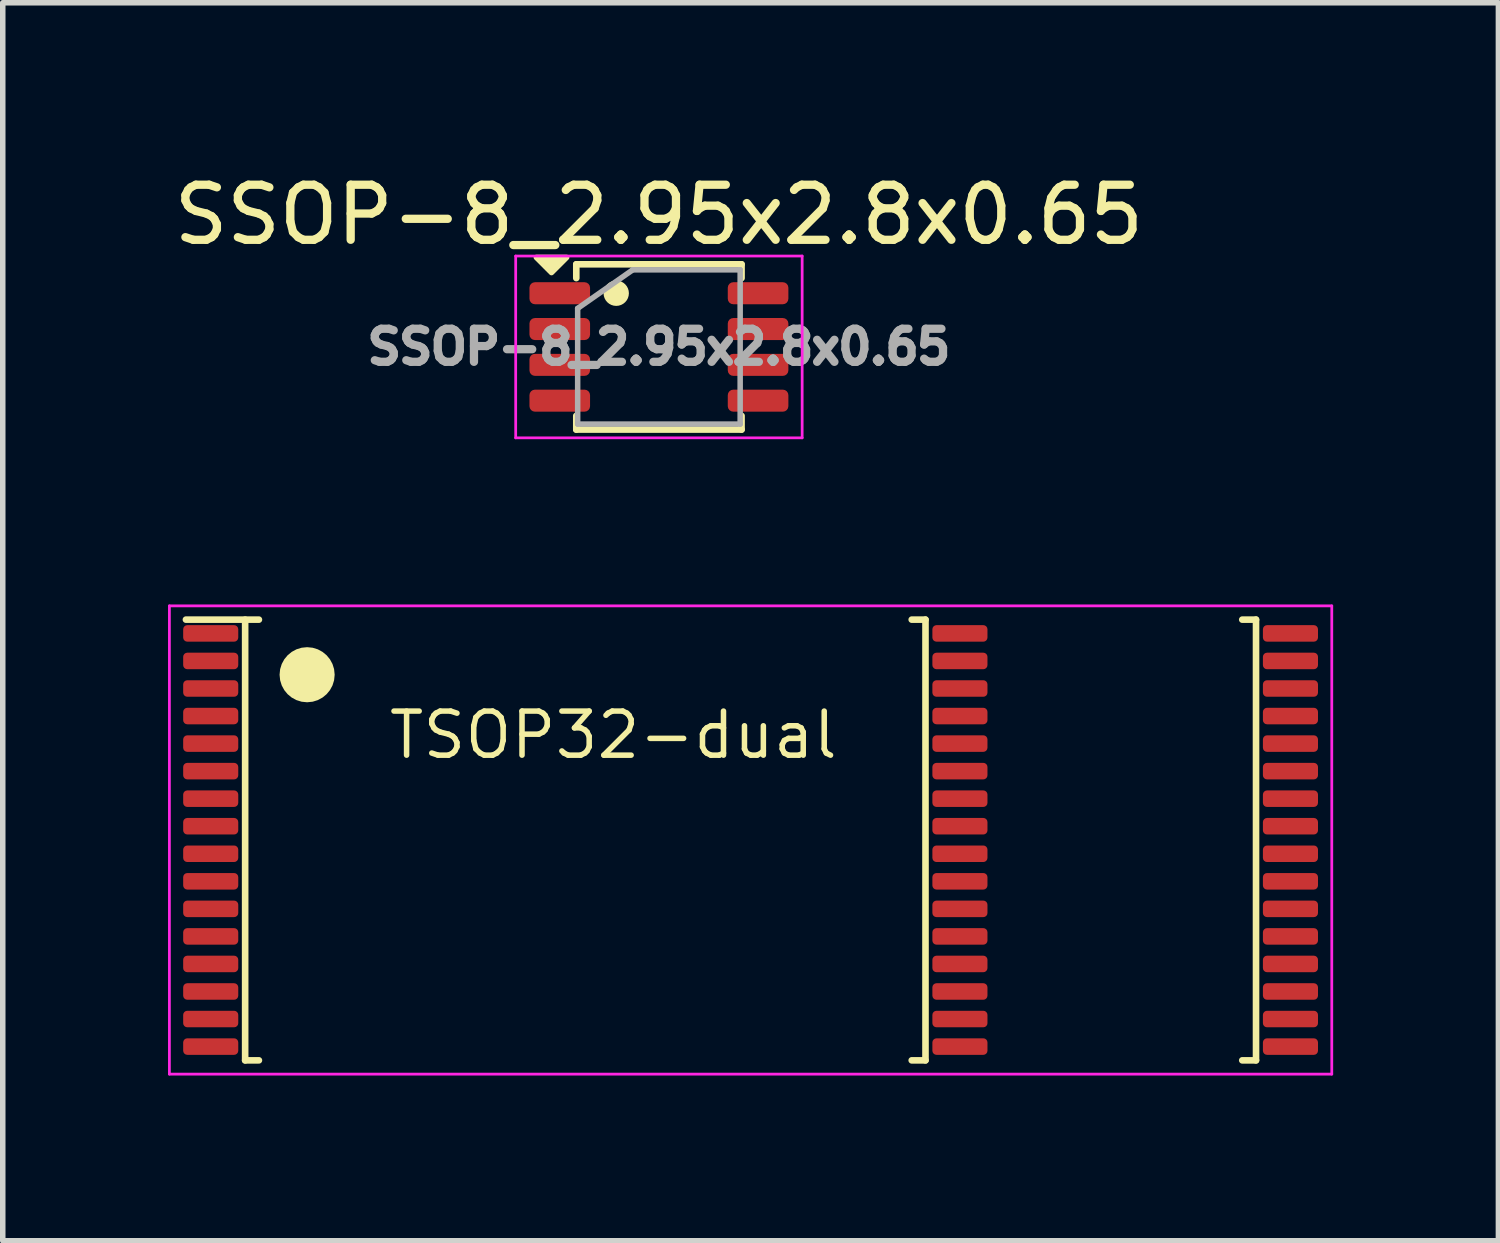
<source format=kicad_pcb>
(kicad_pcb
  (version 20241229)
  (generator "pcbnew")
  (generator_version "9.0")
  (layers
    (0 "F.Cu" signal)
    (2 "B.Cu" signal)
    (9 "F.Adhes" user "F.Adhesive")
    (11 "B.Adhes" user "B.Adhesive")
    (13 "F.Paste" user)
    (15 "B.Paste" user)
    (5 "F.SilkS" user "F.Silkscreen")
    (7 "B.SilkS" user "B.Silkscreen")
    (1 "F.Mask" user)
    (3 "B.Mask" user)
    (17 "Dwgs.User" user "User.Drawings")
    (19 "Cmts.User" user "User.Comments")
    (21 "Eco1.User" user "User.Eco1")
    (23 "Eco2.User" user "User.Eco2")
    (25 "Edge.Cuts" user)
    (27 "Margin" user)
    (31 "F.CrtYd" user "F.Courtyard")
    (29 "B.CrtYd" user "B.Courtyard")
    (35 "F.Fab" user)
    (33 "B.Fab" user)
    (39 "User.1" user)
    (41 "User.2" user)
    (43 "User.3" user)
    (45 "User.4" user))
  (footprint "SSOP-8_2.95x2.8x0.65"
    (layer "F.Cu")
    (at 8.911 3.248)
    (property "Reference" "SSOP-8_2.95x2.8x0.65" (at 0 -2.4 0) (layer "F.SilkS") (effects (font (size 1 1) (thickness 0.15))))
    (attr smd)
    (fp_line (start -1.5 -1.25) (end -1.5 -1.5) (stroke (width 0.12) (type solid)) (layer "F.SilkS"))
    (fp_line (start -1.5 1.5) (end -1.5 1.25) (stroke (width 0.12) (type solid)) (layer "F.SilkS"))
    (fp_line (start 1.5 -1.5) (end -1.5 -1.5) (stroke (width 0.12) (type solid)) (layer "F.SilkS"))
    (fp_line (start 1.5 -1.25) (end 1.5 -1.5) (stroke (width 0.12) (type solid)) (layer "F.SilkS"))
    (fp_line (start 1.5 1.5) (end -1.5 1.5) (stroke (width 0.12) (type solid)) (layer "F.SilkS"))
    (fp_line (start 1.5 1.5) (end 1.5 1.25) (stroke (width 0.12) (type solid)) (layer "F.SilkS"))
    (fp_circle (center -0.775 -0.975) (end -0.595 -0.975) (stroke (width 0.1) (type solid)) (fill yes) (layer "F.SilkS"))
    (fp_poly (pts (xy -2.225 -1.625) (xy -1.95 -1.35) (xy -1.675 -1.625)) (stroke (width 0.1) (type solid)) (fill yes) (layer "F.SilkS"))
    (fp_line (start -2.6 -1.65) (end 2.6 -1.65) (stroke (width 0.05) (type solid)) (layer "F.CrtYd"))
    (fp_line (start -2.6 1.65) (end -2.6 -1.65) (stroke (width 0.05) (type solid)) (layer "F.CrtYd"))
    (fp_line (start 2.6 -1.65) (end 2.6 1.65) (stroke (width 0.05) (type solid)) (layer "F.CrtYd"))
    (fp_line (start 2.6 1.65) (end -2.6 1.65) (stroke (width 0.05) (type solid)) (layer "F.CrtYd"))
    (fp_line (start -1.475 1.4) (end -1.475 -0.7) (stroke (width 0.1) (type solid)) (layer "F.Fab"))
    (fp_line (start -0.475 -1.4) (end -1.475 -0.7) (stroke (width 0.1) (type solid)) (layer "F.Fab"))
    (fp_line (start -0.475 -1.4) (end 1.475 -1.4) (stroke (width 0.1) (type solid)) (layer "F.Fab"))
    (fp_line (start 1.475 -1.4) (end 1.475 1.4) (stroke (width 0.1) (type solid)) (layer "F.Fab"))
    (fp_line (start 1.475 1.4) (end -1.475 1.4) (stroke (width 0.1) (type solid)) (layer "F.Fab"))
    (fp_text user "${REFERENCE}" (at 0 0 0) (layer "F.Fab") (effects (font (size 0.6 0.6) (thickness 0.15))))
    (pad "1" smd roundrect (at -1.8 -0.975 270) (size 0.4 1.1) (layers "F.Cu" "F.Mask" "F.Paste") (roundrect_rratio 0.25))
    (pad "2" smd roundrect (at -1.8 -0.325 270) (size 0.4 1.1) (layers "F.Cu" "F.Mask" "F.Paste") (roundrect_rratio 0.25))
    (pad "3" smd roundrect (at -1.8 0.325 270) (size 0.4 1.1) (layers "F.Cu" "F.Mask" "F.Paste") (roundrect_rratio 0.25))
    (pad "4" smd roundrect (at -1.8 0.975 270) (size 0.4 1.1) (layers "F.Cu" "F.Mask" "F.Paste") (roundrect_rratio 0.25))
    (pad "5" smd roundrect (at 1.8 0.975 270) (size 0.4 1.1) (layers "F.Cu" "F.Mask" "F.Paste") (roundrect_rratio 0.25))
    (pad "6" smd roundrect (at 1.8 0.325 270) (size 0.4 1.1) (layers "F.Cu" "F.Mask" "F.Paste") (roundrect_rratio 0.25))
    (pad "7" smd roundrect (at 1.8 -0.325 270) (size 0.4 1.1) (layers "F.Cu" "F.Mask" "F.Paste") (roundrect_rratio 0.25))
    (pad "8" smd roundrect (at 1.8 -0.975 270) (size 0.4 1.1) (layers "F.Cu" "F.Mask" "F.Paste") (roundrect_rratio 0.25)))
  (footprint "TSOP32-dual"
    (layer "F.Cu")
    (at 10.575 12.198)
    (property "Reference" "TSOP32-dual" (at -2.492 -1.905 0) (layer "F.SilkS") (effects (font (size 0.8 0.8) (thickness 0.1))))
    (attr smd)
    (fp_line (start -10.25 -4) (end -8.925 -4) (stroke (width 0.12) (type solid)) (layer "F.SilkS"))
    (fp_line (start -9.175 -4) (end -9.175 4) (stroke (width 0.12) (type solid)) (layer "F.SilkS"))
    (fp_line (start -9.175 4) (end -8.925 4) (stroke (width 0.12) (type solid)) (layer "F.SilkS"))
    (fp_line (start 3.175 -4) (end 2.925 -4) (stroke (width 0.12) (type solid)) (layer "F.SilkS"))
    (fp_line (start 3.175 4) (end 2.925 4) (stroke (width 0.12) (type solid)) (layer "F.SilkS"))
    (fp_line (start 3.175 4) (end 3.175 -4) (stroke (width 0.12) (type solid)) (layer "F.SilkS"))
    (fp_line (start 9.175 -4) (end 8.925 -4) (stroke (width 0.12) (type solid)) (layer "F.SilkS"))
    (fp_line (start 9.175 4) (end 8.925 4) (stroke (width 0.12) (type solid)) (layer "F.SilkS"))
    (fp_line (start 9.175 4) (end 9.175 -4) (stroke (width 0.12) (type solid)) (layer "F.SilkS"))
    (fp_circle (center -8.05 -3) (end -8.05 -2.75) (stroke (width 0.5) (type solid)) (fill no) (layer "F.SilkS"))
    (fp_line (start -10.55 -4.25) (end -10.55 4.25) (stroke (width 0.05) (type solid)) (layer "F.CrtYd"))
    (fp_line (start -10.55 4.25) (end 10.55 4.25) (stroke (width 0.05) (type solid)) (layer "F.CrtYd"))
    (fp_line (start 10.55 -4.25) (end -10.55 -4.25) (stroke (width 0.05) (type solid)) (layer "F.CrtYd"))
    (fp_line (start 10.55 4.25) (end 10.55 -4.25) (stroke (width 0.05) (type solid)) (layer "F.CrtYd"))
    (pad "1" smd roundrect (at -9.8 -3.75 270) (size 0.3 1) (layers "F.Cu" "F.Mask" "F.Paste") (roundrect_rratio 0.25))
    (pad "2" smd roundrect (at -9.8 -3.25 270) (size 0.3 1) (layers "F.Cu" "F.Mask" "F.Paste") (roundrect_rratio 0.25))
    (pad "3" smd roundrect (at -9.8 -2.75 270) (size 0.3 1) (layers "F.Cu" "F.Mask" "F.Paste") (roundrect_rratio 0.25))
    (pad "4" smd roundrect (at -9.8 -2.25 270) (size 0.3 1) (layers "F.Cu" "F.Mask" "F.Paste") (roundrect_rratio 0.25))
    (pad "5" smd roundrect (at -9.8 -1.75 270) (size 0.3 1) (layers "F.Cu" "F.Mask" "F.Paste") (roundrect_rratio 0.25))
    (pad "6" smd roundrect (at -9.8 -1.25 270) (size 0.3 1) (layers "F.Cu" "F.Mask" "F.Paste") (roundrect_rratio 0.25))
    (pad "7" smd roundrect (at -9.8 -0.75 270) (size 0.3 1) (layers "F.Cu" "F.Mask" "F.Paste") (roundrect_rratio 0.25))
    (pad "8" smd roundrect (at -9.8 -0.25 270) (size 0.3 1) (layers "F.Cu" "F.Mask" "F.Paste") (roundrect_rratio 0.25))
    (pad "9" smd roundrect (at -9.8 0.25 270) (size 0.3 1) (layers "F.Cu" "F.Mask" "F.Paste") (roundrect_rratio 0.25))
    (pad "10" smd roundrect (at -9.8 0.75 270) (size 0.3 1) (layers "F.Cu" "F.Mask" "F.Paste") (roundrect_rratio 0.25))
    (pad "11" smd roundrect (at -9.8 1.25 270) (size 0.3 1) (layers "F.Cu" "F.Mask" "F.Paste") (roundrect_rratio 0.25))
    (pad "12" smd roundrect (at -9.8 1.75 270) (size 0.3 1) (layers "F.Cu" "F.Mask" "F.Paste") (roundrect_rratio 0.25))
    (pad "13" smd roundrect (at -9.8 2.25 270) (size 0.3 1) (layers "F.Cu" "F.Mask" "F.Paste") (roundrect_rratio 0.25))
    (pad "14" smd roundrect (at -9.8 2.75 270) (size 0.3 1) (layers "F.Cu" "F.Mask" "F.Paste") (roundrect_rratio 0.25))
    (pad "15" smd roundrect (at -9.8 3.25 270) (size 0.3 1) (layers "F.Cu" "F.Mask" "F.Paste") (roundrect_rratio 0.25))
    (pad "16" smd roundrect (at -9.8 3.75 270) (size 0.3 1) (layers "F.Cu" "F.Mask" "F.Paste") (roundrect_rratio 0.25))
    (pad "17" smd roundrect (at 3.8 3.75 270) (size 0.3 1) (layers "F.Cu" "F.Mask" "F.Paste") (roundrect_rratio 0.25))
    (pad "17" smd roundrect (at 9.8 3.75 270) (size 0.3 1) (layers "F.Cu" "F.Mask" "F.Paste") (roundrect_rratio 0.25))
    (pad "18" smd roundrect (at 3.8 3.25 270) (size 0.3 1) (layers "F.Cu" "F.Mask" "F.Paste") (roundrect_rratio 0.25))
    (pad "18" smd roundrect (at 9.8 3.25 270) (size 0.3 1) (layers "F.Cu" "F.Mask" "F.Paste") (roundrect_rratio 0.25))
    (pad "19" smd roundrect (at 3.8 2.75 270) (size 0.3 1) (layers "F.Cu" "F.Mask" "F.Paste") (roundrect_rratio 0.25))
    (pad "19" smd roundrect (at 9.8 2.75 270) (size 0.3 1) (layers "F.Cu" "F.Mask" "F.Paste") (roundrect_rratio 0.25))
    (pad "20" smd roundrect (at 3.8 2.25 270) (size 0.3 1) (layers "F.Cu" "F.Mask" "F.Paste") (roundrect_rratio 0.25))
    (pad "20" smd roundrect (at 9.8 2.25 270) (size 0.3 1) (layers "F.Cu" "F.Mask" "F.Paste") (roundrect_rratio 0.25))
    (pad "21" smd roundrect (at 3.8 1.75 270) (size 0.3 1) (layers "F.Cu" "F.Mask" "F.Paste") (roundrect_rratio 0.25))
    (pad "21" smd roundrect (at 9.8 1.75 270) (size 0.3 1) (layers "F.Cu" "F.Mask" "F.Paste") (roundrect_rratio 0.25))
    (pad "22" smd roundrect (at 3.8 1.25 270) (size 0.3 1) (layers "F.Cu" "F.Mask" "F.Paste") (roundrect_rratio 0.25))
    (pad "22" smd roundrect (at 9.8 1.25 270) (size 0.3 1) (layers "F.Cu" "F.Mask" "F.Paste") (roundrect_rratio 0.25))
    (pad "23" smd roundrect (at 3.8 0.75 270) (size 0.3 1) (layers "F.Cu" "F.Mask" "F.Paste") (roundrect_rratio 0.25))
    (pad "23" smd roundrect (at 9.8 0.75 270) (size 0.3 1) (layers "F.Cu" "F.Mask" "F.Paste") (roundrect_rratio 0.25))
    (pad "24" smd roundrect (at 3.8 0.25 270) (size 0.3 1) (layers "F.Cu" "F.Mask" "F.Paste") (roundrect_rratio 0.25))
    (pad "24" smd roundrect (at 9.8 0.25 270) (size 0.3 1) (layers "F.Cu" "F.Mask" "F.Paste") (roundrect_rratio 0.25))
    (pad "25" smd roundrect (at 3.8 -0.25 270) (size 0.3 1) (layers "F.Cu" "F.Mask" "F.Paste") (roundrect_rratio 0.25))
    (pad "25" smd roundrect (at 9.8 -0.25 270) (size 0.3 1) (layers "F.Cu" "F.Mask" "F.Paste") (roundrect_rratio 0.25))
    (pad "26" smd roundrect (at 3.8 -0.75 270) (size 0.3 1) (layers "F.Cu" "F.Mask" "F.Paste") (roundrect_rratio 0.25))
    (pad "26" smd roundrect (at 9.8 -0.75 270) (size 0.3 1) (layers "F.Cu" "F.Mask" "F.Paste") (roundrect_rratio 0.25))
    (pad "27" smd roundrect (at 3.8 -1.25 270) (size 0.3 1) (layers "F.Cu" "F.Mask" "F.Paste") (roundrect_rratio 0.25))
    (pad "27" smd roundrect (at 9.8 -1.25 270) (size 0.3 1) (layers "F.Cu" "F.Mask" "F.Paste") (roundrect_rratio 0.25))
    (pad "28" smd roundrect (at 3.8 -1.75 270) (size 0.3 1) (layers "F.Cu" "F.Mask" "F.Paste") (roundrect_rratio 0.25))
    (pad "28" smd roundrect (at 9.8 -1.75 270) (size 0.3 1) (layers "F.Cu" "F.Mask" "F.Paste") (roundrect_rratio 0.25))
    (pad "29" smd roundrect (at 3.8 -2.25 270) (size 0.3 1) (layers "F.Cu" "F.Mask" "F.Paste") (roundrect_rratio 0.25))
    (pad "29" smd roundrect (at 9.8 -2.25 270) (size 0.3 1) (layers "F.Cu" "F.Mask" "F.Paste") (roundrect_rratio 0.25))
    (pad "30" smd roundrect (at 3.8 -2.75 270) (size 0.3 1) (layers "F.Cu" "F.Mask" "F.Paste") (roundrect_rratio 0.25))
    (pad "30" smd roundrect (at 9.8 -2.75 270) (size 0.3 1) (layers "F.Cu" "F.Mask" "F.Paste") (roundrect_rratio 0.25))
    (pad "31" smd roundrect (at 3.8 -3.25 270) (size 0.3 1) (layers "F.Cu" "F.Mask" "F.Paste") (roundrect_rratio 0.25))
    (pad "31" smd roundrect (at 9.8 -3.25 270) (size 0.3 1) (layers "F.Cu" "F.Mask" "F.Paste") (roundrect_rratio 0.25))
    (pad "32" smd roundrect (at 3.8 -3.75 270) (size 0.3 1) (layers "F.Cu" "F.Mask" "F.Paste") (roundrect_rratio 0.25))
    (pad "32" smd roundrect (at 9.8 -3.75 270) (size 0.3 1) (layers "F.Cu" "F.Mask" "F.Paste") (roundrect_rratio 0.25)))
  (gr_rect
    (start -3 -3)
    (end 24.15 19.473)
    (stroke (width 0.1) (type default))
    (fill no)
    (layer "Edge.Cuts")))
</source>
